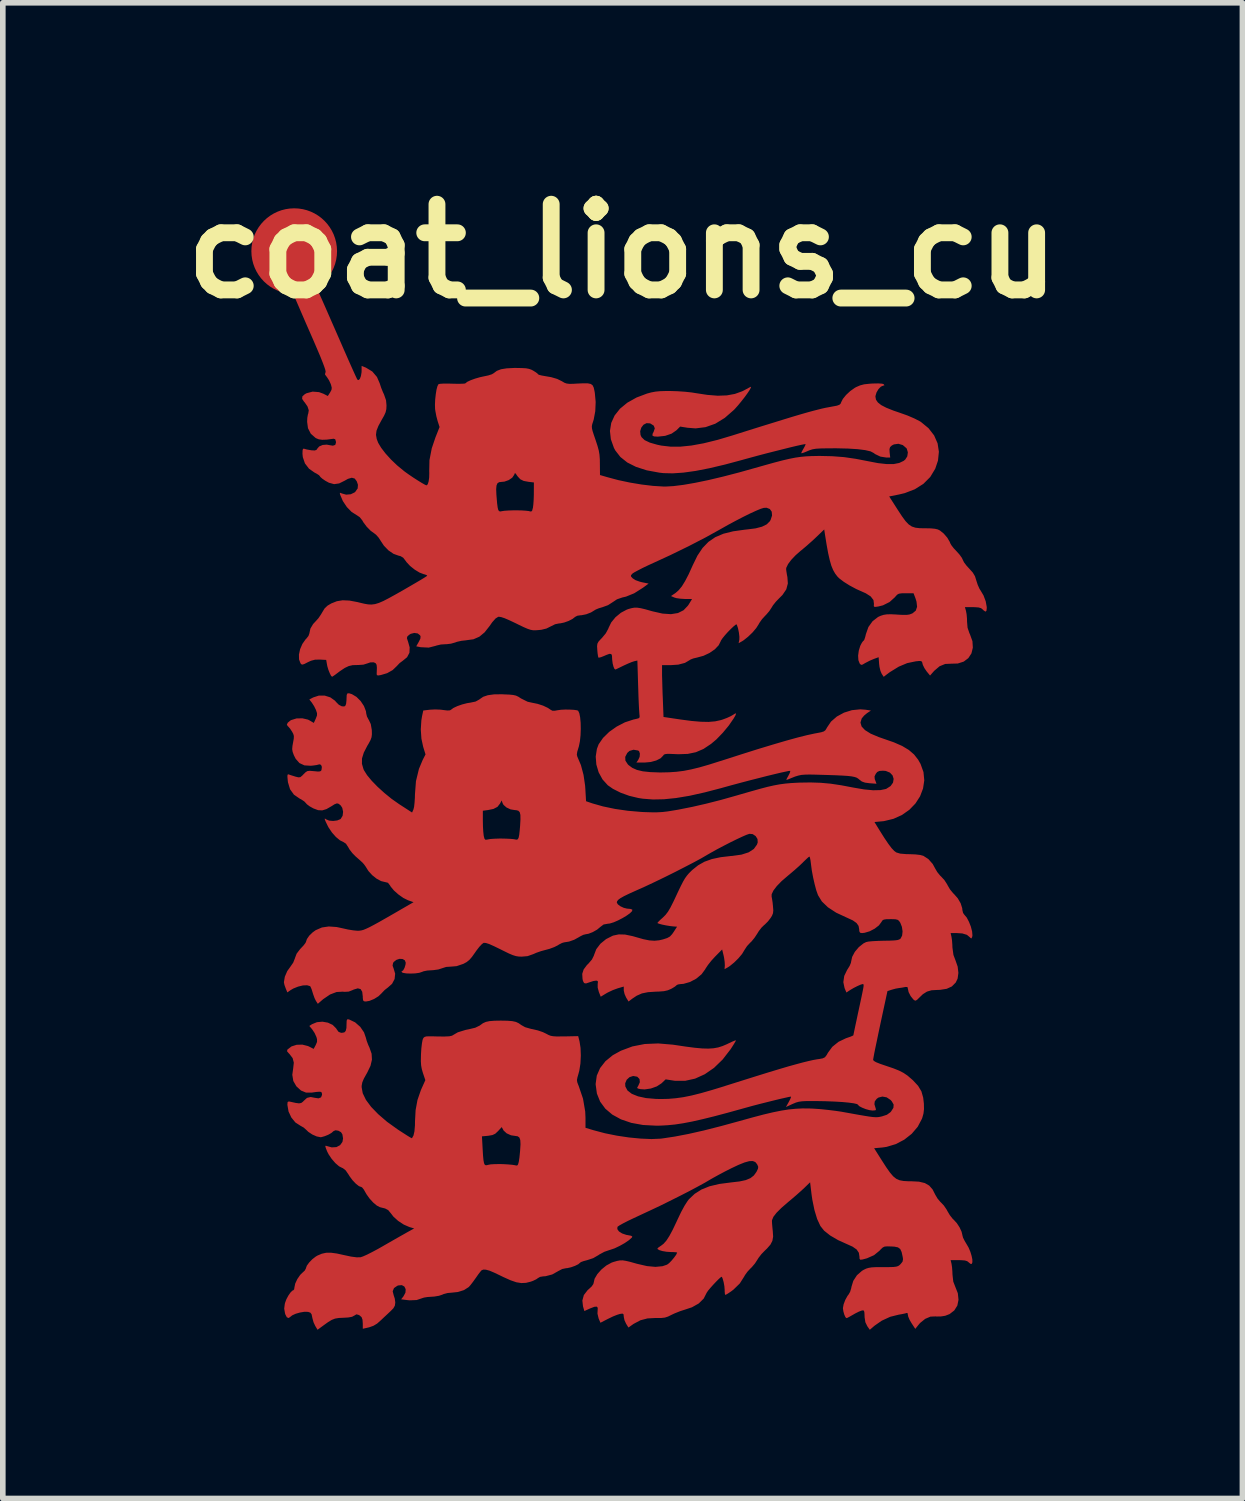
<source format=kicad_pcb>
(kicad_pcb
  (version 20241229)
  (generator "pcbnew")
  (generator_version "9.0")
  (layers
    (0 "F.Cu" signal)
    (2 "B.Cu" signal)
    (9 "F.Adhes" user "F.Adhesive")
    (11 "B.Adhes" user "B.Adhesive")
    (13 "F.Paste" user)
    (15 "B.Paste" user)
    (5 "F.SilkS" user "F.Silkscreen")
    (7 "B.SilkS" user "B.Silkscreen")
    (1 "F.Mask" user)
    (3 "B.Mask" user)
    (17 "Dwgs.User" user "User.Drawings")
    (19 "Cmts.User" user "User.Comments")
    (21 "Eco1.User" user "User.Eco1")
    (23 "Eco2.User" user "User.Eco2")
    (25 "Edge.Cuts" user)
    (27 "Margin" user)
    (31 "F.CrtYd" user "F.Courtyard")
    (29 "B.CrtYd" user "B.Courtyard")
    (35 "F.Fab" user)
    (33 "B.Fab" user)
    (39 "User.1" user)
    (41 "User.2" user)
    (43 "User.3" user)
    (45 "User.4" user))
  (footprint "coat_lions_cu"
    (layer "F.Cu")
    (at 8.026 12.848)
    (property "Reference" "coat_lions_cu" (at 0 -11.43 0) (layer "F.SilkS") (effects (font (size 1.524 1.524) (thickness 0.3))))
    (attr board_only exclude_from_pos_files exclude_from_bom)
    (fp_poly (pts (xy -5.491 -10.882) (xy -5.479 -10.86) (xy -5.453 -10.804) (xy -5.415 -10.717) (xy -5.365 -10.605) (xy -5.305 -10.47) (xy -5.238 -10.317) (xy -5.165 -10.15) (xy -5.107 -10.018) (xy -5.03 -9.842) (xy -4.958 -9.677) (xy -4.892 -9.527) (xy -4.834 -9.396) (xy -4.786 -9.289) (xy -4.749 -9.208) (xy -4.726 -9.159) (xy -4.718 -9.144) (xy -4.695 -9.136) (xy -4.673 -9.16) (xy -4.655 -9.209) (xy -4.644 -9.275) (xy -4.643 -9.301) (xy -4.643 -9.389) (xy -4.565 -9.357) (xy -4.453 -9.289) (xy -4.37 -9.192) (xy -4.321 -9.079) (xy -4.294 -8.997) (xy -4.261 -8.916) (xy -4.245 -8.883) (xy -4.208 -8.776) (xy -4.2 -8.686) (xy -4.203 -8.62) (xy -4.216 -8.563) (xy -4.244 -8.501) (xy -4.286 -8.428) (xy -4.344 -8.321) (xy -4.378 -8.236) (xy -4.387 -8.162) (xy -4.374 -8.088) (xy -4.348 -8.02) (xy -4.296 -7.933) (xy -4.218 -7.831) (xy -4.12 -7.723) (xy -4.01 -7.618) (xy -3.896 -7.524) (xy -3.88 -7.511) (xy -3.806 -7.458) (xy -3.725 -7.403) (xy -3.644 -7.351) (xy -3.573 -7.307) (xy -3.518 -7.276) (xy -3.489 -7.263) (xy -3.488 -7.263) (xy -3.467 -7.282) (xy -3.451 -7.332) (xy -3.441 -7.402) (xy -3.439 -7.483) (xy -3.44 -7.517) (xy -3.436 -7.711) (xy -3.395 -7.922) (xy -3.329 -8.117) (xy -3.256 -8.301) (xy -3.29 -8.406) (xy -3.313 -8.492) (xy -3.331 -8.588) (xy -3.336 -8.625) (xy -3.338 -8.7) (xy -3.334 -8.789) (xy -3.324 -8.881) (xy -3.311 -8.964) (xy -3.294 -9.028) (xy -3.276 -9.062) (xy -3.275 -9.064) (xy -3.245 -9.07) (xy -3.183 -9.074) (xy -3.1 -9.074) (xy -3.028 -9.072) (xy -2.936 -9.07) (xy -2.861 -9.071) (xy -2.812 -9.074) (xy -2.796 -9.079) (xy -2.764 -9.105) (xy -2.702 -9.134) (xy -2.622 -9.163) (xy -2.535 -9.188) (xy -2.465 -9.203) (xy -2.389 -9.219) (xy -2.327 -9.239) (xy -2.294 -9.258) (xy -2.238 -9.3) (xy -2.163 -9.329) (xy -2.063 -9.345) (xy -1.931 -9.352) (xy -1.895 -9.352) (xy -1.791 -9.35) (xy -1.718 -9.346) (xy -1.665 -9.336) (xy -1.62 -9.32) (xy -1.59 -9.304) (xy -1.541 -9.273) (xy -1.51 -9.249) (xy -1.506 -9.241) (xy -1.488 -9.23) (xy -1.441 -9.218) (xy -1.408 -9.212) (xy -1.27 -9.188) (xy -1.164 -9.157) (xy -1.08 -9.116) (xy -1.072 -9.111) (xy -1.033 -9.088) (xy -0.995 -9.075) (xy -0.946 -9.069) (xy -0.875 -9.07) (xy -0.811 -9.074) (xy -0.697 -9.079) (xy -0.618 -9.078) (xy -0.565 -9.067) (xy -0.533 -9.043) (xy -0.513 -9.001) (xy -0.499 -8.937) (xy -0.494 -8.909) (xy -0.479 -8.747) (xy -0.486 -8.583) (xy -0.514 -8.434) (xy -0.526 -8.395) (xy -0.54 -8.352) (xy -0.547 -8.317) (xy -0.545 -8.279) (xy -0.534 -8.23) (xy -0.511 -8.159) (xy -0.482 -8.075) (xy -0.447 -7.968) (xy -0.424 -7.884) (xy -0.411 -7.809) (xy -0.405 -7.726) (xy -0.404 -7.649) (xy -0.402 -7.447) (xy -0.268 -7.408) (xy -0.077 -7.357) (xy 0.13 -7.313) (xy 0.34 -7.278) (xy 0.541 -7.254) (xy 0.719 -7.243) (xy 0.762 -7.242) (xy 0.903 -7.25) (xy 1.08 -7.272) (xy 1.288 -7.308) (xy 1.525 -7.357) (xy 1.787 -7.419) (xy 2.072 -7.493) (xy 2.332 -7.566) (xy 2.534 -7.623) (xy 2.703 -7.67) (xy 2.844 -7.707) (xy 2.964 -7.735) (xy 3.07 -7.756) (xy 3.166 -7.77) (xy 3.259 -7.779) (xy 3.355 -7.784) (xy 3.46 -7.786) (xy 3.497 -7.787) (xy 3.726 -7.782) (xy 3.938 -7.766) (xy 4.151 -7.735) (xy 4.357 -7.695) (xy 4.544 -7.659) (xy 4.698 -7.642) (xy 4.822 -7.642) (xy 4.922 -7.662) (xy 5 -7.699) (xy 5.029 -7.723) (xy 5.065 -7.78) (xy 5.075 -7.851) (xy 5.056 -7.915) (xy 5.049 -7.925) (xy 4.985 -7.98) (xy 4.907 -8.003) (xy 4.827 -7.992) (xy 4.789 -7.972) (xy 4.759 -7.944) (xy 4.748 -7.908) (xy 4.751 -7.848) (xy 4.761 -7.758) (xy 4.693 -7.758) (xy 4.586 -7.775) (xy 4.492 -7.82) (xy 4.467 -7.839) (xy 4.412 -7.868) (xy 4.317 -7.89) (xy 4.183 -7.907) (xy 4.009 -7.918) (xy 3.797 -7.923) (xy 3.632 -7.922) (xy 3.521 -7.92) (xy 3.441 -7.915) (xy 3.379 -7.905) (xy 3.326 -7.888) (xy 3.286 -7.871) (xy 3.228 -7.847) (xy 3.189 -7.835) (xy 3.178 -7.837) (xy 3.188 -7.862) (xy 3.212 -7.907) (xy 3.22 -7.92) (xy 3.245 -7.966) (xy 3.256 -7.994) (xy 3.255 -7.997) (xy 3.233 -7.995) (xy 3.176 -7.984) (xy 3.091 -7.965) (xy 2.982 -7.939) (xy 2.855 -7.907) (xy 2.715 -7.872) (xy 2.569 -7.835) (xy 2.421 -7.796) (xy 2.277 -7.757) (xy 2.142 -7.72) (xy 2.136 -7.718) (xy 1.823 -7.634) (xy 1.544 -7.568) (xy 1.298 -7.52) (xy 1.082 -7.49) (xy 0.892 -7.477) (xy 0.728 -7.481) (xy 0.656 -7.489) (xy 0.429 -7.531) (xy 0.239 -7.592) (xy 0.084 -7.67) (xy -0.039 -7.768) (xy -0.13 -7.885) (xy -0.154 -7.93) (xy -0.209 -8.084) (xy -0.225 -8.232) (xy -0.202 -8.374) (xy -0.142 -8.506) (xy -0.046 -8.627) (xy 0.084 -8.734) (xy 0.248 -8.826) (xy 0.433 -8.896) (xy 0.511 -8.917) (xy 0.585 -8.931) (xy 0.668 -8.939) (xy 0.771 -8.942) (xy 0.846 -8.942) (xy 0.975 -8.938) (xy 1.109 -8.929) (xy 1.23 -8.916) (xy 1.29 -8.906) (xy 1.507 -8.873) (xy 1.693 -8.858) (xy 1.855 -8.864) (xy 1.997 -8.89) (xy 2.125 -8.936) (xy 2.184 -8.966) (xy 2.237 -8.995) (xy 2.274 -9.014) (xy 2.283 -9.017) (xy 2.283 -9.002) (xy 2.262 -8.963) (xy 2.224 -8.905) (xy 2.174 -8.836) (xy 2.116 -8.762) (xy 2.057 -8.69) (xy 2 -8.626) (xy 1.981 -8.606) (xy 1.817 -8.463) (xy 1.649 -8.36) (xy 1.476 -8.299) (xy 1.299 -8.277) (xy 1.156 -8.288) (xy 1.024 -8.309) (xy 0.958 -8.243) (xy 0.871 -8.183) (xy 0.757 -8.144) (xy 0.627 -8.13) (xy 0.624 -8.13) (xy 0.559 -8.134) (xy 0.531 -8.149) (xy 0.534 -8.181) (xy 0.552 -8.216) (xy 0.573 -8.277) (xy 0.554 -8.326) (xy 0.497 -8.362) (xy 0.488 -8.366) (xy 0.426 -8.37) (xy 0.372 -8.342) (xy 0.333 -8.291) (xy 0.313 -8.227) (xy 0.319 -8.16) (xy 0.337 -8.121) (xy 0.392 -8.068) (xy 0.484 -8.024) (xy 0.613 -7.987) (xy 0.688 -7.971) (xy 0.851 -7.952) (xy 1.029 -7.952) (xy 1.225 -7.972) (xy 1.444 -8.012) (xy 1.691 -8.073) (xy 1.95 -8.15) (xy 2.232 -8.239) (xy 2.478 -8.316) (xy 2.692 -8.382) (xy 2.876 -8.439) (xy 3.033 -8.487) (xy 3.168 -8.527) (xy 3.283 -8.56) (xy 3.381 -8.587) (xy 3.467 -8.609) (xy 3.542 -8.628) (xy 3.61 -8.643) (xy 3.675 -8.655) (xy 3.738 -8.667) (xy 3.813 -8.681) (xy 3.857 -8.697) (xy 3.879 -8.717) (xy 3.888 -8.741) (xy 3.919 -8.802) (xy 3.976 -8.872) (xy 4.05 -8.941) (xy 4.132 -8.999) (xy 4.156 -9.012) (xy 4.225 -9.042) (xy 4.298 -9.061) (xy 4.39 -9.071) (xy 4.443 -9.075) (xy 4.55 -9.077) (xy 4.619 -9.072) (xy 4.648 -9.061) (xy 4.658 -9.042) (xy 4.638 -9.038) (xy 4.596 -9.02) (xy 4.552 -8.975) (xy 4.517 -8.915) (xy 4.499 -8.854) (xy 4.498 -8.841) (xy 4.508 -8.787) (xy 4.542 -8.738) (xy 4.601 -8.691) (xy 4.692 -8.644) (xy 4.817 -8.594) (xy 4.919 -8.559) (xy 5.066 -8.507) (xy 5.192 -8.453) (xy 5.289 -8.403) (xy 5.308 -8.391) (xy 5.443 -8.28) (xy 5.542 -8.152) (xy 5.604 -8.011) (xy 5.627 -7.861) (xy 5.611 -7.704) (xy 5.562 -7.559) (xy 5.473 -7.412) (xy 5.351 -7.29) (xy 5.199 -7.194) (xy 5.019 -7.125) (xy 4.918 -7.101) (xy 4.743 -7.066) (xy 4.894 -6.83) (xy 4.97 -6.714) (xy 5.033 -6.628) (xy 5.089 -6.569) (xy 5.146 -6.531) (xy 5.21 -6.51) (xy 5.289 -6.501) (xy 5.383 -6.5) (xy 5.485 -6.498) (xy 5.557 -6.491) (xy 5.608 -6.479) (xy 5.646 -6.46) (xy 5.713 -6.406) (xy 5.776 -6.333) (xy 5.82 -6.258) (xy 5.828 -6.236) (xy 5.85 -6.197) (xy 5.892 -6.143) (xy 5.941 -6.091) (xy 5.994 -6.032) (xy 6.035 -5.975) (xy 6.053 -5.937) (xy 6.074 -5.894) (xy 6.117 -5.837) (xy 6.167 -5.782) (xy 6.23 -5.712) (xy 6.269 -5.647) (xy 6.293 -5.57) (xy 6.318 -5.493) (xy 6.35 -5.422) (xy 6.368 -5.394) (xy 6.421 -5.305) (xy 6.46 -5.201) (xy 6.478 -5.102) (xy 6.479 -5.084) (xy 6.473 -5.031) (xy 6.455 -5.017) (xy 6.42 -5.041) (xy 6.407 -5.055) (xy 6.378 -5.078) (xy 6.335 -5.091) (xy 6.268 -5.096) (xy 6.23 -5.097) (xy 6.09 -5.097) (xy 6.109 -5.03) (xy 6.12 -4.971) (xy 6.127 -4.892) (xy 6.128 -4.839) (xy 6.137 -4.731) (xy 6.169 -4.636) (xy 6.18 -4.613) (xy 6.224 -4.491) (xy 6.231 -4.376) (xy 6.206 -4.274) (xy 6.151 -4.19) (xy 6.069 -4.128) (xy 5.963 -4.094) (xy 5.852 -4.091) (xy 5.739 -4.086) (xy 5.639 -4.045) (xy 5.545 -3.965) (xy 5.534 -3.953) (xy 5.47 -3.88) (xy 5.409 -3.954) (xy 5.369 -4.013) (xy 5.341 -4.071) (xy 5.337 -4.087) (xy 5.328 -4.121) (xy 5.311 -4.137) (xy 5.276 -4.139) (xy 5.216 -4.133) (xy 5.063 -4.101) (xy 4.913 -4.038) (xy 4.757 -3.942) (xy 4.7 -3.9) (xy 4.645 -3.857) (xy 4.609 -3.912) (xy 4.587 -3.963) (xy 4.57 -4.036) (xy 4.564 -4.086) (xy 4.555 -4.206) (xy 4.472 -4.176) (xy 4.398 -4.145) (xy 4.325 -4.107) (xy 4.317 -4.103) (xy 4.27 -4.075) (xy 4.244 -4.07) (xy 4.225 -4.085) (xy 4.217 -4.096) (xy 4.195 -4.153) (xy 4.19 -4.234) (xy 4.202 -4.323) (xy 4.228 -4.408) (xy 4.229 -4.41) (xy 4.256 -4.462) (xy 4.279 -4.494) (xy 4.287 -4.498) (xy 4.3 -4.517) (xy 4.316 -4.565) (xy 4.329 -4.618) (xy 4.373 -4.743) (xy 4.447 -4.846) (xy 4.545 -4.922) (xy 4.591 -4.943) (xy 4.645 -4.96) (xy 4.704 -4.969) (xy 4.779 -4.97) (xy 4.883 -4.965) (xy 4.885 -4.964) (xy 4.984 -4.959) (xy 5.053 -4.959) (xy 5.103 -4.966) (xy 5.144 -4.981) (xy 5.158 -4.987) (xy 5.216 -5.035) (xy 5.239 -5.103) (xy 5.229 -5.194) (xy 5.21 -5.255) (xy 5.176 -5.344) (xy 5.038 -5.344) (xy 4.963 -5.343) (xy 4.916 -5.336) (xy 4.884 -5.318) (xy 4.853 -5.284) (xy 4.843 -5.272) (xy 4.75 -5.188) (xy 4.632 -5.129) (xy 4.548 -5.108) (xy 4.495 -5.101) (xy 4.472 -5.106) (xy 4.469 -5.131) (xy 4.472 -5.152) (xy 4.463 -5.223) (xy 4.413 -5.288) (xy 4.325 -5.344) (xy 4.277 -5.365) (xy 4.157 -5.419) (xy 4.039 -5.482) (xy 3.934 -5.548) (xy 3.853 -5.61) (xy 3.822 -5.641) (xy 3.781 -5.695) (xy 3.745 -5.758) (xy 3.713 -5.836) (xy 3.685 -5.934) (xy 3.657 -6.057) (xy 3.629 -6.211) (xy 3.6 -6.392) (xy 3.587 -6.479) (xy 3.449 -6.346) (xy 3.365 -6.268) (xy 3.269 -6.183) (xy 3.181 -6.109) (xy 3.169 -6.1) (xy 3.078 -6.02) (xy 3.001 -5.939) (xy 2.944 -5.863) (xy 2.913 -5.799) (xy 2.909 -5.775) (xy 2.914 -5.734) (xy 2.924 -5.671) (xy 2.932 -5.632) (xy 2.94 -5.518) (xy 2.912 -5.413) (xy 2.844 -5.313) (xy 2.788 -5.257) (xy 2.728 -5.195) (xy 2.676 -5.13) (xy 2.651 -5.089) (xy 2.609 -5.025) (xy 2.553 -4.96) (xy 2.535 -4.942) (xy 2.48 -4.882) (xy 2.433 -4.815) (xy 2.422 -4.794) (xy 2.378 -4.725) (xy 2.311 -4.646) (xy 2.232 -4.57) (xy 2.154 -4.508) (xy 2.129 -4.492) (xy 2.064 -4.455) (xy 2.077 -4.518) (xy 2.078 -4.571) (xy 2.069 -4.646) (xy 2.053 -4.722) (xy 2.033 -4.782) (xy 2.029 -4.79) (xy 2.012 -4.785) (xy 1.976 -4.756) (xy 1.927 -4.71) (xy 1.873 -4.655) (xy 1.821 -4.597) (xy 1.778 -4.544) (xy 1.751 -4.504) (xy 1.746 -4.491) (xy 1.709 -4.418) (xy 1.64 -4.346) (xy 1.547 -4.282) (xy 1.439 -4.231) (xy 1.325 -4.2) (xy 1.321 -4.199) (xy 1.257 -4.184) (xy 1.207 -4.164) (xy 1.196 -4.156) (xy 1.109 -4.105) (xy 0.99 -4.074) (xy 0.857 -4.065) (xy 0.702 -4.065) (xy 0.702 -3.944) (xy 0.702 -3.882) (xy 0.705 -3.788) (xy 0.708 -3.674) (xy 0.712 -3.55) (xy 0.715 -3.483) (xy 0.728 -3.143) (xy 1.03 -3.098) (xy 1.227 -3.072) (xy 1.392 -3.058) (xy 1.529 -3.055) (xy 1.646 -3.065) (xy 1.747 -3.087) (xy 1.779 -3.097) (xy 1.857 -3.126) (xy 1.926 -3.158) (xy 1.965 -3.181) (xy 2.005 -3.206) (xy 2.019 -3.204) (xy 2.009 -3.174) (xy 1.977 -3.118) (xy 1.89 -2.991) (xy 1.783 -2.862) (xy 1.669 -2.744) (xy 1.574 -2.664) (xy 1.439 -2.574) (xy 1.304 -2.516) (xy 1.16 -2.486) (xy 0.994 -2.48) (xy 0.946 -2.482) (xy 0.852 -2.486) (xy 0.79 -2.486) (xy 0.753 -2.481) (xy 0.732 -2.47) (xy 0.722 -2.455) (xy 0.676 -2.408) (xy 0.599 -2.369) (xy 0.501 -2.342) (xy 0.392 -2.332) (xy 0.384 -2.332) (xy 0.245 -2.332) (xy 0.277 -2.377) (xy 0.303 -2.433) (xy 0.308 -2.49) (xy 0.294 -2.533) (xy 0.277 -2.546) (xy 0.195 -2.56) (xy 0.123 -2.539) (xy 0.084 -2.504) (xy 0.047 -2.433) (xy 0.05 -2.366) (xy 0.094 -2.299) (xy 0.105 -2.288) (xy 0.172 -2.238) (xy 0.255 -2.201) (xy 0.36 -2.176) (xy 0.492 -2.162) (xy 0.658 -2.156) (xy 0.691 -2.156) (xy 0.83 -2.159) (xy 0.958 -2.168) (xy 1.086 -2.184) (xy 1.219 -2.21) (xy 1.367 -2.246) (xy 1.537 -2.295) (xy 1.736 -2.358) (xy 1.754 -2.363) (xy 2.099 -2.474) (xy 2.406 -2.571) (xy 2.677 -2.653) (xy 2.912 -2.722) (xy 3.112 -2.777) (xy 3.279 -2.819) (xy 3.413 -2.848) (xy 3.456 -2.856) (xy 3.533 -2.871) (xy 3.58 -2.886) (xy 3.608 -2.907) (xy 3.629 -2.941) (xy 3.635 -2.953) (xy 3.708 -3.061) (xy 3.812 -3.151) (xy 3.939 -3.22) (xy 4.08 -3.264) (xy 4.229 -3.279) (xy 4.322 -3.272) (xy 4.418 -3.257) (xy 4.35 -3.212) (xy 4.297 -3.168) (xy 4.256 -3.119) (xy 4.253 -3.114) (xy 4.232 -3.043) (xy 4.252 -2.974) (xy 4.313 -2.909) (xy 4.414 -2.846) (xy 4.556 -2.786) (xy 4.642 -2.756) (xy 4.826 -2.692) (xy 4.974 -2.627) (xy 5.092 -2.556) (xy 5.185 -2.476) (xy 5.258 -2.383) (xy 5.301 -2.307) (xy 5.353 -2.162) (xy 5.367 -2.015) (xy 5.345 -1.87) (xy 5.292 -1.731) (xy 5.21 -1.604) (xy 5.102 -1.492) (xy 4.97 -1.399) (xy 4.819 -1.331) (xy 4.65 -1.29) (xy 4.608 -1.286) (xy 4.481 -1.274) (xy 4.565 -1.137) (xy 4.654 -0.995) (xy 4.727 -0.887) (xy 4.786 -0.809) (xy 4.834 -0.758) (xy 4.869 -0.733) (xy 4.938 -0.712) (xy 5.046 -0.703) (xy 5.106 -0.702) (xy 5.208 -0.698) (xy 5.294 -0.688) (xy 5.35 -0.673) (xy 5.44 -0.615) (xy 5.517 -0.528) (xy 5.561 -0.447) (xy 5.598 -0.384) (xy 5.65 -0.32) (xy 5.668 -0.303) (xy 5.725 -0.241) (xy 5.773 -0.167) (xy 5.783 -0.147) (xy 5.825 -0.075) (xy 5.881 -0.007) (xy 5.896 0.007) (xy 5.962 0.082) (xy 6.014 0.171) (xy 6.042 0.259) (xy 6.045 0.292) (xy 6.057 0.343) (xy 6.078 0.373) (xy 6.122 0.425) (xy 6.162 0.501) (xy 6.196 0.587) (xy 6.218 0.673) (xy 6.224 0.744) (xy 6.218 0.774) (xy 6.204 0.798) (xy 6.185 0.785) (xy 6.182 0.78) (xy 6.126 0.733) (xy 6.043 0.708) (xy 5.953 0.702) (xy 5.836 0.702) (xy 5.851 0.769) (xy 5.86 0.827) (xy 5.866 0.906) (xy 5.868 0.959) (xy 5.886 1.091) (xy 5.922 1.186) (xy 5.961 1.298) (xy 5.974 1.41) (xy 5.96 1.512) (xy 5.927 1.581) (xy 5.858 1.651) (xy 5.766 1.693) (xy 5.646 1.712) (xy 5.603 1.713) (xy 5.496 1.719) (xy 5.415 1.743) (xy 5.342 1.789) (xy 5.284 1.845) (xy 5.24 1.888) (xy 5.214 1.904) (xy 5.192 1.898) (xy 5.173 1.883) (xy 5.124 1.822) (xy 5.088 1.751) (xy 5.076 1.693) (xy 5.068 1.662) (xy 5.036 1.66) (xy 5.029 1.661) (xy 4.973 1.672) (xy 4.921 1.679) (xy 4.858 1.69) (xy 4.788 1.709) (xy 4.785 1.71) (xy 4.712 1.734) (xy 4.584 2.328) (xy 4.552 2.48) (xy 4.523 2.62) (xy 4.497 2.743) (xy 4.477 2.842) (xy 4.464 2.914) (xy 4.457 2.952) (xy 4.457 2.956) (xy 4.469 2.975) (xy 4.51 2.999) (xy 4.582 3.028) (xy 4.688 3.064) (xy 4.818 3.108) (xy 4.918 3.148) (xy 4.998 3.189) (xy 5.07 3.238) (xy 5.143 3.301) (xy 5.166 3.321) (xy 5.257 3.419) (xy 5.316 3.517) (xy 5.348 3.63) (xy 5.36 3.735) (xy 5.362 3.834) (xy 5.353 3.912) (xy 5.331 3.99) (xy 5.324 4.008) (xy 5.25 4.148) (xy 5.143 4.273) (xy 5.011 4.377) (xy 4.86 4.456) (xy 4.697 4.505) (xy 4.623 4.516) (xy 4.475 4.529) (xy 4.612 4.746) (xy 4.692 4.87) (xy 4.757 4.962) (xy 4.814 5.029) (xy 4.869 5.073) (xy 4.928 5.099) (xy 4.998 5.112) (xy 5.085 5.117) (xy 5.138 5.117) (xy 5.273 5.124) (xy 5.377 5.149) (xy 5.455 5.194) (xy 5.516 5.264) (xy 5.562 5.355) (xy 5.602 5.423) (xy 5.655 5.486) (xy 5.664 5.494) (xy 5.715 5.548) (xy 5.763 5.618) (xy 5.779 5.648) (xy 5.821 5.719) (xy 5.871 5.783) (xy 5.892 5.803) (xy 5.946 5.862) (xy 5.995 5.937) (xy 6.031 6.015) (xy 6.046 6.079) (xy 6.046 6.081) (xy 6.057 6.121) (xy 6.086 6.179) (xy 6.116 6.229) (xy 6.156 6.298) (xy 6.187 6.372) (xy 6.209 6.444) (xy 6.222 6.507) (xy 6.223 6.557) (xy 6.213 6.586) (xy 6.19 6.587) (xy 6.16 6.562) (xy 6.131 6.539) (xy 6.09 6.526) (xy 6.025 6.521) (xy 5.979 6.52) (xy 5.836 6.52) (xy 5.852 6.587) (xy 5.861 6.646) (xy 5.867 6.725) (xy 5.869 6.778) (xy 5.883 6.902) (xy 5.915 6.985) (xy 5.964 7.109) (xy 5.976 7.225) (xy 5.955 7.329) (xy 5.901 7.415) (xy 5.817 7.48) (xy 5.739 7.51) (xy 5.663 7.522) (xy 5.586 7.523) (xy 5.571 7.521) (xy 5.477 7.525) (xy 5.383 7.565) (xy 5.294 7.637) (xy 5.268 7.667) (xy 5.207 7.743) (xy 5.142 7.644) (xy 5.105 7.581) (xy 5.081 7.523) (xy 5.076 7.496) (xy 5.069 7.462) (xy 5.055 7.46) (xy 5.024 7.469) (xy 4.966 7.481) (xy 4.913 7.49) (xy 4.761 7.528) (xy 4.611 7.597) (xy 4.483 7.686) (xy 4.398 7.759) (xy 4.353 7.695) (xy 4.319 7.625) (xy 4.305 7.533) (xy 4.305 7.518) (xy 4.302 7.454) (xy 4.295 7.422) (xy 4.279 7.413) (xy 4.251 7.418) (xy 4.204 7.436) (xy 4.14 7.468) (xy 4.1 7.491) (xy 4.042 7.524) (xy 3.999 7.547) (xy 3.983 7.552) (xy 3.964 7.534) (xy 3.944 7.489) (xy 3.928 7.433) (xy 3.92 7.379) (xy 3.92 7.373) (xy 3.932 7.306) (xy 3.962 7.227) (xy 4.002 7.155) (xy 4.022 7.129) (xy 4.048 7.083) (xy 4.068 7.017) (xy 4.071 6.997) (xy 4.104 6.889) (xy 4.169 6.789) (xy 4.259 6.71) (xy 4.29 6.692) (xy 4.333 6.671) (xy 4.376 6.658) (xy 4.43 6.649) (xy 4.502 6.645) (xy 4.604 6.644) (xy 4.636 6.644) (xy 4.744 6.644) (xy 4.818 6.642) (xy 4.867 6.636) (xy 4.9 6.626) (xy 4.924 6.611) (xy 4.945 6.591) (xy 4.98 6.548) (xy 4.989 6.503) (xy 4.983 6.462) (xy 4.964 6.376) (xy 4.939 6.322) (xy 4.899 6.293) (xy 4.836 6.28) (xy 4.782 6.277) (xy 4.708 6.275) (xy 4.661 6.279) (xy 4.627 6.296) (xy 4.591 6.33) (xy 4.57 6.353) (xy 4.473 6.432) (xy 4.346 6.488) (xy 4.267 6.509) (xy 4.228 6.513) (xy 4.215 6.494) (xy 4.214 6.459) (xy 4.203 6.389) (xy 4.164 6.331) (xy 4.091 6.28) (xy 4.009 6.243) (xy 3.834 6.164) (xy 3.692 6.081) (xy 3.585 5.996) (xy 3.519 5.913) (xy 3.461 5.788) (xy 3.413 5.629) (xy 3.375 5.443) (xy 3.361 5.346) (xy 3.336 5.135) (xy 3.231 5.237) (xy 3.169 5.294) (xy 3.088 5.366) (xy 2.999 5.442) (xy 2.946 5.486) (xy 2.825 5.591) (xy 2.738 5.678) (xy 2.683 5.749) (xy 2.659 5.807) (xy 2.657 5.823) (xy 2.659 5.868) (xy 2.665 5.938) (xy 2.672 6.006) (xy 2.678 6.101) (xy 2.665 6.176) (xy 2.63 6.244) (xy 2.568 6.315) (xy 2.53 6.351) (xy 2.47 6.413) (xy 2.419 6.479) (xy 2.395 6.517) (xy 2.355 6.579) (xy 2.299 6.645) (xy 2.276 6.667) (xy 2.222 6.725) (xy 2.177 6.787) (xy 2.164 6.811) (xy 2.085 6.935) (xy 1.972 7.045) (xy 1.928 7.078) (xy 1.876 7.113) (xy 1.838 7.135) (xy 1.828 7.139) (xy 1.82 7.121) (xy 1.816 7.074) (xy 1.816 7.049) (xy 1.811 6.985) (xy 1.798 6.913) (xy 1.78 6.849) (xy 1.765 6.815) (xy 1.748 6.823) (xy 1.712 6.855) (xy 1.664 6.903) (xy 1.612 6.958) (xy 1.561 7.015) (xy 1.521 7.063) (xy 1.498 7.097) (xy 1.495 7.102) (xy 1.443 7.204) (xy 1.355 7.291) (xy 1.234 7.359) (xy 1.117 7.398) (xy 1.024 7.428) (xy 0.924 7.468) (xy 0.873 7.492) (xy 0.808 7.524) (xy 0.753 7.542) (xy 0.692 7.549) (xy 0.609 7.55) (xy 0.589 7.549) (xy 0.443 7.557) (xy 0.317 7.59) (xy 0.196 7.654) (xy 0.165 7.676) (xy 0.104 7.719) (xy 0.062 7.651) (xy 0.034 7.59) (xy 0.021 7.529) (xy 0.021 7.524) (xy 0.017 7.484) (xy -0.002 7.471) (xy -0.046 7.477) (xy -0.098 7.493) (xy -0.171 7.522) (xy -0.249 7.56) (xy -0.254 7.562) (xy -0.394 7.634) (xy -0.426 7.559) (xy -0.447 7.471) (xy -0.444 7.414) (xy -0.442 7.368) (xy -0.459 7.347) (xy -0.501 7.35) (xy -0.572 7.377) (xy -0.593 7.386) (xy -0.68 7.426) (xy -0.704 7.344) (xy -0.716 7.239) (xy -0.689 7.141) (xy -0.622 7.054) (xy -0.598 7.033) (xy -0.55 6.988) (xy -0.521 6.946) (xy -0.516 6.929) (xy -0.498 6.851) (xy -0.449 6.768) (xy -0.377 6.687) (xy -0.29 6.616) (xy -0.195 6.564) (xy -0.157 6.551) (xy -0.097 6.534) (xy -0.048 6.525) (xy 0.001 6.524) (xy 0.059 6.533) (xy 0.136 6.551) (xy 0.242 6.581) (xy 0.256 6.585) (xy 0.434 6.626) (xy 0.584 6.64) (xy 0.71 6.628) (xy 0.79 6.601) (xy 0.826 6.575) (xy 0.871 6.529) (xy 0.917 6.474) (xy 0.953 6.424) (xy 0.97 6.388) (xy 0.97 6.385) (xy 0.951 6.38) (xy 0.903 6.377) (xy 0.859 6.376) (xy 0.782 6.371) (xy 0.71 6.359) (xy 0.653 6.342) (xy 0.622 6.323) (xy 0.619 6.316) (xy 0.635 6.297) (xy 0.674 6.27) (xy 0.681 6.266) (xy 0.73 6.228) (xy 0.78 6.171) (xy 0.833 6.089) (xy 0.892 5.979) (xy 0.96 5.836) (xy 0.98 5.793) (xy 1.041 5.665) (xy 1.101 5.554) (xy 1.155 5.47) (xy 1.18 5.437) (xy 1.283 5.34) (xy 1.403 5.264) (xy 1.547 5.206) (xy 1.72 5.165) (xy 1.927 5.138) (xy 1.935 5.137) (xy 2.081 5.12) (xy 2.192 5.096) (xy 2.275 5.061) (xy 2.335 5.014) (xy 2.38 4.952) (xy 2.383 4.947) (xy 2.408 4.895) (xy 2.413 4.86) (xy 2.398 4.824) (xy 2.392 4.813) (xy 2.361 4.775) (xy 2.316 4.757) (xy 2.254 4.759) (xy 2.17 4.782) (xy 2.061 4.826) (xy 1.936 4.885) (xy 1.829 4.939) (xy 1.723 4.995) (xy 1.63 5.046) (xy 1.561 5.085) (xy 1.558 5.087) (xy 1.461 5.144) (xy 1.333 5.214) (xy 1.183 5.294) (xy 1.015 5.38) (xy 0.839 5.468) (xy 0.661 5.556) (xy 0.487 5.638) (xy 0.326 5.713) (xy 0.322 5.715) (xy 0.204 5.77) (xy 0.097 5.821) (xy 0.009 5.866) (xy -0.055 5.902) (xy -0.088 5.925) (xy -0.091 5.928) (xy -0.094 5.968) (xy -0.065 6.009) (xy -0.009 6.045) (xy 0.067 6.071) (xy 0.092 6.075) (xy 0.149 6.086) (xy 0.172 6.098) (xy 0.167 6.116) (xy 0.164 6.119) (xy 0.113 6.165) (xy 0.037 6.217) (xy -0.052 6.267) (xy -0.142 6.31) (xy -0.218 6.336) (xy -0.226 6.338) (xy -0.323 6.371) (xy -0.413 6.419) (xy -0.428 6.43) (xy -0.523 6.485) (xy -0.629 6.52) (xy -0.693 6.537) (xy -0.74 6.554) (xy -0.755 6.565) (xy -0.788 6.593) (xy -0.847 6.622) (xy -0.917 6.647) (xy -0.982 6.662) (xy -1.007 6.664) (xy -1.074 6.678) (xy -1.141 6.713) (xy -1.141 6.713) (xy -1.252 6.775) (xy -1.37 6.806) (xy -1.414 6.809) (xy -1.468 6.818) (xy -1.505 6.839) (xy -1.505 6.839) (xy -1.538 6.862) (xy -1.595 6.889) (xy -1.634 6.903) (xy -1.718 6.924) (xy -1.801 6.928) (xy -1.89 6.914) (xy -1.994 6.878) (xy -2.121 6.821) (xy -2.164 6.8) (xy -2.281 6.744) (xy -2.368 6.707) (xy -2.432 6.69) (xy -2.477 6.688) (xy -2.509 6.701) (xy -2.53 6.725) (xy -2.567 6.773) (xy -2.611 6.836) (xy -2.614 6.84) (xy -2.662 6.907) (xy -2.706 6.964) (xy -2.737 6.999) (xy -2.737 6.999) (xy -2.822 7.053) (xy -2.93 7.087) (xy -3.034 7.098) (xy -3.113 7.105) (xy -3.185 7.124) (xy -3.204 7.133) (xy -3.266 7.154) (xy -3.349 7.168) (xy -3.395 7.171) (xy -3.47 7.176) (xy -3.532 7.186) (xy -3.56 7.195) (xy -3.664 7.23) (xy -3.788 7.235) (xy -3.83 7.231) (xy -3.94 7.217) (xy -3.899 7.165) (xy -3.863 7.098) (xy -3.859 7.037) (xy -3.882 6.99) (xy -3.927 6.965) (xy -3.99 6.97) (xy -4.007 6.976) (xy -4.067 7.017) (xy -4.09 7.074) (xy -4.073 7.142) (xy -4.073 7.143) (xy -4.053 7.204) (xy -4.044 7.272) (xy -4.044 7.274) (xy -4.051 7.329) (xy -4.078 7.377) (xy -4.122 7.422) (xy -4.181 7.478) (xy -4.252 7.544) (xy -4.294 7.584) (xy -4.366 7.648) (xy -4.432 7.688) (xy -4.508 7.715) (xy -4.555 7.726) (xy -4.622 7.741) (xy -4.622 7.652) (xy -4.627 7.58) (xy -4.643 7.535) (xy -4.678 7.504) (xy -4.694 7.495) (xy -4.735 7.484) (xy -4.773 7.507) (xy -4.774 7.507) (xy -4.813 7.528) (xy -4.879 7.54) (xy -4.962 7.545) (xy -5.048 7.549) (xy -5.115 7.56) (xy -5.174 7.583) (xy -5.24 7.623) (xy -5.318 7.679) (xy -5.427 7.759) (xy -5.467 7.692) (xy -5.498 7.626) (xy -5.519 7.55) (xy -5.521 7.539) (xy -5.533 7.483) (xy -5.554 7.455) (xy -5.594 7.441) (xy -5.6 7.44) (xy -5.662 7.439) (xy -5.739 7.452) (xy -5.816 7.474) (xy -5.877 7.502) (xy -5.901 7.521) (xy -5.94 7.55) (xy -5.973 7.537) (xy -6 7.485) (xy -6.006 7.464) (xy -6.02 7.383) (xy -6.01 7.303) (xy -6.006 7.284) (xy -5.982 7.218) (xy -5.947 7.152) (xy -5.909 7.097) (xy -5.874 7.062) (xy -5.859 7.057) (xy -5.843 7.039) (xy -5.839 7.01) (xy -5.824 6.937) (xy -5.786 6.856) (xy -5.735 6.782) (xy -5.697 6.745) (xy -5.655 6.706) (xy -5.634 6.668) (xy -5.633 6.662) (xy -5.617 6.618) (xy -5.576 6.562) (xy -5.52 6.504) (xy -5.458 6.456) (xy -5.429 6.439) (xy -5.351 6.406) (xy -5.275 6.389) (xy -5.189 6.388) (xy -5.084 6.402) (xy -4.966 6.428) (xy -4.831 6.457) (xy -4.732 6.47) (xy -4.663 6.469) (xy -4.663 6.469) (xy -4.618 6.454) (xy -4.546 6.422) (xy -4.455 6.376) (xy -4.352 6.321) (xy -4.278 6.279) (xy -4.165 6.214) (xy -4.053 6.15) (xy -3.953 6.093) (xy -3.873 6.048) (xy -3.84 6.029) (xy -3.708 5.956) (xy -3.791 5.932) (xy -3.892 5.888) (xy -3.993 5.822) (xy -4.078 5.745) (xy -4.117 5.694) (xy -4.17 5.63) (xy -4.225 5.601) (xy -4.282 5.587) (xy -4.32 5.577) (xy -4.373 5.549) (xy -4.437 5.495) (xy -4.501 5.425) (xy -4.554 5.351) (xy -4.572 5.32) (xy -4.604 5.264) (xy -4.633 5.228) (xy -4.646 5.22) (xy -4.69 5.204) (xy -4.745 5.161) (xy -4.804 5.099) (xy -4.856 5.029) (xy -4.871 5.004) (xy -4.926 4.924) (xy -4.976 4.884) (xy -4.985 4.881) (xy -5.044 4.851) (xy -5.11 4.794) (xy -5.176 4.718) (xy -5.231 4.636) (xy -5.257 4.584) (xy -5.281 4.523) (xy -5.289 4.492) (xy -5.281 4.484) (xy -5.266 4.489) (xy -5.174 4.514) (xy -5.091 4.509) (xy -5.026 4.475) (xy -4.984 4.417) (xy -4.973 4.355) (xy -4.985 4.282) (xy -5.01 4.243) (xy -5.058 4.217) (xy -5.108 4.21) (xy -5.145 4.226) (xy -5.148 4.23) (xy -5.181 4.258) (xy -5.237 4.29) (xy -5.302 4.316) (xy -5.359 4.332) (xy -5.375 4.333) (xy -5.443 4.319) (xy -5.52 4.285) (xy -5.591 4.238) (xy -5.626 4.204) (xy -5.673 4.162) (xy -5.731 4.129) (xy -5.821 4.071) (xy -5.893 3.983) (xy -5.943 3.876) (xy -5.963 3.759) (xy -5.963 3.748) (xy -5.959 3.707) (xy -5.938 3.697) (xy -5.906 3.703) (xy -5.817 3.723) (xy -5.757 3.731) (xy -5.717 3.724) (xy -5.687 3.702) (xy -5.673 3.687) (xy -5.615 3.634) (xy -5.549 3.618) (xy -5.477 3.632) (xy -5.409 3.642) (xy -5.364 3.624) (xy -5.347 3.579) (xy -5.348 3.561) (xy -5.353 3.539) (xy -5.366 3.527) (xy -5.395 3.524) (xy -5.449 3.528) (xy -5.532 3.54) (xy -5.633 3.539) (xy -5.721 3.503) (xy -5.803 3.428) (xy -5.805 3.425) (xy -5.858 3.333) (xy -5.876 3.223) (xy -5.86 3.107) (xy -5.849 3.007) (xy -5.87 2.926) (xy -5.927 2.852) (xy -5.94 2.839) (xy -5.969 2.805) (xy -5.965 2.778) (xy -5.959 2.771) (xy -5.89 2.718) (xy -5.799 2.689) (xy -5.698 2.686) (xy -5.598 2.711) (xy -5.574 2.722) (xy -5.496 2.762) (xy -5.459 2.693) (xy -5.436 2.638) (xy -5.436 2.59) (xy -5.447 2.55) (xy -5.479 2.48) (xy -5.521 2.416) (xy -5.522 2.415) (xy -5.573 2.354) (xy -5.526 2.323) (xy -5.438 2.287) (xy -5.34 2.278) (xy -5.243 2.295) (xy -5.158 2.335) (xy -5.096 2.397) (xy -5.087 2.412) (xy -5.053 2.459) (xy -5.008 2.476) (xy -4.995 2.476) (xy -4.951 2.469) (xy -4.926 2.443) (xy -4.913 2.39) (xy -4.911 2.318) (xy -4.909 2.262) (xy -4.9 2.237) (xy -4.879 2.236) (xy -4.864 2.239) (xy -4.758 2.29) (xy -4.667 2.37) (xy -4.6 2.468) (xy -4.568 2.561) (xy -4.552 2.62) (xy -4.524 2.694) (xy -4.503 2.739) (xy -4.465 2.848) (xy -4.459 2.954) (xy -4.485 3.064) (xy -4.545 3.188) (xy -4.556 3.207) (xy -4.604 3.293) (xy -4.631 3.359) (xy -4.642 3.419) (xy -4.642 3.445) (xy -4.623 3.551) (xy -4.566 3.669) (xy -4.473 3.794) (xy -4.347 3.924) (xy -4.19 4.059) (xy -4.002 4.194) (xy -3.992 4.201) (xy -3.905 4.257) (xy -3.832 4.304) (xy -3.778 4.337) (xy -3.75 4.351) (xy -3.747 4.351) (xy -3.729 4.318) (xy -2.502 4.318) (xy -2.49 4.537) (xy -2.483 4.657) (xy -2.475 4.741) (xy -2.465 4.795) (xy -2.451 4.824) (xy -2.431 4.833) (xy -2.403 4.828) (xy -2.392 4.825) (xy -2.345 4.816) (xy -2.27 4.812) (xy -2.179 4.811) (xy -2.131 4.812) (xy -2.04 4.817) (xy -1.964 4.824) (xy -1.911 4.832) (xy -1.896 4.836) (xy -1.876 4.837) (xy -1.86 4.818) (xy -1.847 4.772) (xy -1.835 4.695) (xy -1.824 4.582) (xy -1.823 4.568) (xy -1.816 4.458) (xy -1.82 4.384) (xy -1.836 4.339) (xy -1.866 4.317) (xy -1.899 4.312) (xy -1.986 4.299) (xy -2.063 4.264) (xy -2.117 4.214) (xy -2.122 4.205) (xy -2.15 4.153) (xy -2.216 4.225) (xy -2.265 4.271) (xy -2.316 4.295) (xy -2.387 4.307) (xy -2.392 4.308) (xy -2.502 4.318) (xy -3.729 4.318) (xy -3.72 4.303) (xy -3.703 4.229) (xy -3.694 4.123) (xy -3.693 4.051) (xy -3.682 3.85) (xy -3.649 3.671) (xy -3.589 3.497) (xy -3.57 3.454) (xy -3.509 3.318) (xy -3.552 3.191) (xy -3.572 3.122) (xy -3.584 3.057) (xy -3.589 2.981) (xy -3.587 2.88) (xy -3.586 2.847) (xy -3.58 2.752) (xy -3.57 2.667) (xy -3.559 2.606) (xy -3.551 2.582) (xy -3.538 2.561) (xy -3.52 2.548) (xy -3.49 2.54) (xy -3.44 2.538) (xy -3.362 2.539) (xy -3.292 2.541) (xy -3.17 2.542) (xy -3.084 2.538) (xy -3.037 2.528) (xy -3.031 2.525) (xy -2.931 2.467) (xy -2.792 2.424) (xy -2.732 2.412) (xy -2.62 2.385) (xy -2.542 2.347) (xy -2.531 2.339) (xy -2.484 2.305) (xy -2.433 2.282) (xy -2.368 2.268) (xy -2.281 2.261) (xy -2.167 2.259) (xy -2.049 2.261) (xy -1.962 2.268) (xy -1.898 2.282) (xy -1.847 2.306) (xy -1.802 2.338) (xy -1.734 2.376) (xy -1.633 2.405) (xy -1.598 2.412) (xy -1.508 2.433) (xy -1.42 2.463) (xy -1.361 2.491) (xy -1.318 2.514) (xy -1.279 2.529) (xy -1.234 2.537) (xy -1.171 2.541) (xy -1.082 2.54) (xy -1.029 2.54) (xy -0.79 2.535) (xy -0.766 2.628) (xy -0.748 2.744) (xy -0.743 2.881) (xy -0.75 3.022) (xy -0.77 3.149) (xy -0.783 3.198) (xy -0.803 3.268) (xy -0.812 3.315) (xy -0.807 3.353) (xy -0.79 3.4) (xy -0.781 3.421) (xy -0.704 3.648) (xy -0.665 3.876) (xy -0.66 3.986) (xy -0.66 4.166) (xy -0.513 4.21) (xy -0.313 4.263) (xy -0.1 4.306) (xy 0.115 4.338) (xy 0.323 4.358) (xy 0.513 4.366) (xy 0.678 4.359) (xy 0.709 4.355) (xy 0.928 4.322) (xy 1.173 4.275) (xy 1.447 4.213) (xy 1.753 4.135) (xy 2.079 4.046) (xy 2.309 3.982) (xy 2.506 3.93) (xy 2.675 3.89) (xy 2.824 3.86) (xy 2.957 3.839) (xy 3.081 3.827) (xy 3.201 3.821) (xy 3.325 3.822) (xy 3.394 3.825) (xy 3.524 3.834) (xy 3.666 3.849) (xy 3.802 3.866) (xy 3.889 3.879) (xy 4.062 3.91) (xy 4.2 3.935) (xy 4.307 3.953) (xy 4.388 3.966) (xy 4.449 3.974) (xy 4.495 3.977) (xy 4.53 3.977) (xy 4.56 3.974) (xy 4.59 3.968) (xy 4.613 3.963) (xy 4.702 3.934) (xy 4.764 3.889) (xy 4.776 3.876) (xy 4.818 3.81) (xy 4.822 3.752) (xy 4.788 3.693) (xy 4.768 3.671) (xy 4.698 3.624) (xy 4.622 3.61) (xy 4.551 3.628) (xy 4.519 3.652) (xy 4.486 3.697) (xy 4.48 3.746) (xy 4.498 3.806) (xy 4.508 3.84) (xy 4.497 3.855) (xy 4.455 3.858) (xy 4.442 3.858) (xy 4.389 3.851) (xy 4.325 3.833) (xy 4.262 3.808) (xy 4.212 3.782) (xy 4.189 3.759) (xy 4.189 3.756) (xy 4.169 3.743) (xy 4.112 3.73) (xy 4.024 3.718) (xy 3.907 3.707) (xy 3.768 3.699) (xy 3.61 3.693) (xy 3.439 3.69) (xy 3.381 3.69) (xy 3.273 3.69) (xy 3.195 3.694) (xy 3.136 3.702) (xy 3.085 3.716) (xy 3.03 3.739) (xy 3.023 3.742) (xy 2.906 3.796) (xy 2.958 3.703) (xy 2.984 3.652) (xy 2.997 3.618) (xy 2.996 3.611) (xy 2.962 3.616) (xy 2.895 3.631) (xy 2.802 3.652) (xy 2.691 3.679) (xy 2.567 3.71) (xy 2.439 3.742) (xy 2.313 3.775) (xy 2.197 3.807) (xy 2.136 3.824) (xy 1.865 3.899) (xy 1.628 3.962) (xy 1.421 4.013) (xy 1.24 4.054) (xy 1.078 4.085) (xy 0.933 4.107) (xy 0.8 4.12) (xy 0.673 4.127) (xy 0.598 4.128) (xy 0.364 4.116) (xy 0.155 4.078) (xy -0.028 4.016) (xy -0.183 3.931) (xy -0.307 3.826) (xy -0.399 3.701) (xy -0.457 3.557) (xy -0.479 3.396) (xy -0.479 3.382) (xy -0.459 3.237) (xy -0.4 3.103) (xy -0.305 2.981) (xy -0.174 2.874) (xy -0.031 2.795) (xy 0.175 2.718) (xy 0.395 2.675) (xy 0.634 2.665) (xy 0.894 2.687) (xy 0.929 2.692) (xy 1.123 2.721) (xy 1.284 2.742) (xy 1.416 2.754) (xy 1.525 2.757) (xy 1.618 2.751) (xy 1.701 2.736) (xy 1.779 2.711) (xy 1.859 2.677) (xy 1.887 2.663) (xy 1.951 2.633) (xy 1.997 2.614) (xy 2.017 2.609) (xy 2.009 2.627) (xy 1.983 2.672) (xy 1.943 2.735) (xy 1.92 2.77) (xy 1.78 2.951) (xy 1.626 3.1) (xy 1.462 3.213) (xy 1.29 3.291) (xy 1.113 3.33) (xy 0.934 3.33) (xy 0.901 3.325) (xy 0.766 3.304) (xy 0.693 3.374) (xy 0.609 3.429) (xy 0.503 3.467) (xy 0.392 3.483) (xy 0.317 3.478) (xy 0.271 3.467) (xy 0.259 3.453) (xy 0.275 3.424) (xy 0.278 3.42) (xy 0.307 3.354) (xy 0.301 3.298) (xy 0.262 3.258) (xy 0.257 3.256) (xy 0.188 3.244) (xy 0.123 3.265) (xy 0.073 3.311) (xy 0.046 3.374) (xy 0.049 3.431) (xy 0.087 3.502) (xy 0.163 3.561) (xy 0.274 3.606) (xy 0.417 3.637) (xy 0.591 3.652) (xy 0.681 3.654) (xy 0.813 3.651) (xy 0.944 3.64) (xy 1.081 3.621) (xy 1.229 3.591) (xy 1.396 3.549) (xy 1.588 3.494) (xy 1.811 3.426) (xy 1.821 3.422) (xy 2.113 3.33) (xy 2.368 3.25) (xy 2.59 3.181) (xy 2.782 3.123) (xy 2.947 3.074) (xy 3.088 3.035) (xy 3.207 3.003) (xy 3.309 2.978) (xy 3.394 2.959) (xy 3.468 2.946) (xy 3.499 2.942) (xy 3.561 2.93) (xy 3.6 2.911) (xy 3.63 2.872) (xy 3.653 2.831) (xy 3.731 2.725) (xy 3.841 2.636) (xy 3.973 2.573) (xy 3.993 2.566) (xy 4.054 2.545) (xy 4.095 2.527) (xy 4.106 2.519) (xy 4.11 2.496) (xy 4.122 2.439) (xy 4.14 2.353) (xy 4.163 2.246) (xy 4.189 2.122) (xy 4.199 2.077) (xy 4.231 1.928) (xy 4.255 1.815) (xy 4.272 1.732) (xy 4.283 1.675) (xy 4.288 1.639) (xy 4.287 1.62) (xy 4.283 1.611) (xy 4.275 1.609) (xy 4.27 1.609) (xy 4.235 1.619) (xy 4.178 1.644) (xy 4.111 1.678) (xy 4.048 1.715) (xy 4.039 1.721) (xy 3.982 1.759) (xy 3.949 1.68) (xy 3.927 1.575) (xy 3.943 1.464) (xy 3.995 1.356) (xy 4.004 1.343) (xy 4.04 1.284) (xy 4.062 1.231) (xy 4.065 1.212) (xy 4.084 1.125) (xy 4.132 1.035) (xy 4.203 0.951) (xy 4.286 0.885) (xy 4.332 0.862) (xy 4.372 0.853) (xy 4.444 0.846) (xy 4.537 0.841) (xy 4.642 0.838) (xy 4.647 0.838) (xy 4.759 0.836) (xy 4.838 0.832) (xy 4.89 0.826) (xy 4.923 0.815) (xy 4.945 0.8) (xy 4.946 0.799) (xy 4.973 0.746) (xy 4.981 0.672) (xy 4.969 0.591) (xy 4.941 0.519) (xy 4.917 0.484) (xy 4.892 0.465) (xy 4.853 0.456) (xy 4.788 0.454) (xy 4.765 0.454) (xy 4.691 0.455) (xy 4.647 0.462) (xy 4.622 0.477) (xy 4.606 0.503) (xy 4.56 0.565) (xy 4.485 0.623) (xy 4.395 0.67) (xy 4.304 0.697) (xy 4.258 0.702) (xy 4.224 0.695) (xy 4.211 0.668) (xy 4.209 0.633) (xy 4.198 0.574) (xy 4.162 0.523) (xy 4.096 0.476) (xy 3.994 0.429) (xy 3.987 0.426) (xy 3.8 0.339) (xy 3.653 0.243) (xy 3.545 0.139) (xy 3.475 0.025) (xy 3.475 0.023) (xy 3.446 -0.058) (xy 3.417 -0.167) (xy 3.389 -0.29) (xy 3.366 -0.414) (xy 3.352 -0.521) (xy 3.343 -0.591) (xy 3.333 -0.641) (xy 3.324 -0.66) (xy 3.324 -0.66) (xy 3.304 -0.647) (xy 3.264 -0.61) (xy 3.212 -0.56) (xy 3.208 -0.555) (xy 3.145 -0.495) (xy 3.063 -0.422) (xy 2.976 -0.348) (xy 2.935 -0.314) (xy 2.828 -0.222) (xy 2.743 -0.134) (xy 2.683 -0.055) (xy 2.652 0.011) (xy 2.651 0.052) (xy 2.659 0.094) (xy 2.669 0.161) (xy 2.675 0.221) (xy 2.681 0.297) (xy 2.676 0.348) (xy 2.658 0.393) (xy 2.634 0.432) (xy 2.586 0.494) (xy 2.532 0.548) (xy 2.517 0.56) (xy 2.471 0.605) (xy 2.422 0.669) (xy 2.395 0.713) (xy 2.348 0.784) (xy 2.296 0.848) (xy 2.267 0.876) (xy 2.214 0.933) (xy 2.171 0.998) (xy 2.165 1.008) (xy 2.125 1.074) (xy 2.061 1.15) (xy 1.985 1.225) (xy 1.909 1.287) (xy 1.879 1.307) (xy 1.814 1.344) (xy 1.819 1.276) (xy 1.816 1.215) (xy 1.805 1.137) (xy 1.797 1.1) (xy 1.771 0.993) (xy 1.645 1.121) (xy 1.579 1.193) (xy 1.519 1.269) (xy 1.476 1.333) (xy 1.471 1.344) (xy 1.405 1.434) (xy 1.31 1.513) (xy 1.199 1.572) (xy 1.083 1.605) (xy 1.03 1.609) (xy 0.984 1.616) (xy 0.959 1.63) (xy 0.934 1.652) (xy 0.886 1.682) (xy 0.86 1.696) (xy 0.803 1.72) (xy 0.737 1.735) (xy 0.649 1.742) (xy 0.588 1.744) (xy 0.452 1.753) (xy 0.344 1.775) (xy 0.251 1.816) (xy 0.173 1.868) (xy 0.106 1.919) (xy 0.063 1.849) (xy 0.035 1.786) (xy 0.021 1.724) (xy 0.021 1.716) (xy 0.021 1.653) (xy -0.088 1.685) (xy -0.173 1.716) (xy -0.262 1.758) (xy -0.292 1.775) (xy -0.389 1.834) (xy -0.422 1.75) (xy -0.443 1.672) (xy -0.443 1.607) (xy -0.438 1.564) (xy -0.454 1.549) (xy -0.474 1.548) (xy -0.521 1.555) (xy -0.582 1.575) (xy -0.591 1.578) (xy -0.651 1.598) (xy -0.685 1.591) (xy -0.705 1.553) (xy -0.713 1.516) (xy -0.718 1.427) (xy -0.693 1.349) (xy -0.635 1.271) (xy -0.61 1.247) (xy -0.546 1.173) (xy -0.511 1.103) (xy -0.508 1.092) (xy -0.468 0.988) (xy -0.394 0.891) (xy -0.294 0.809) (xy -0.176 0.749) (xy -0.167 0.746) (xy -0.068 0.725) (xy 0.044 0.728) (xy 0.178 0.756) (xy 0.234 0.772) (xy 0.368 0.81) (xy 0.476 0.832) (xy 0.567 0.838) (xy 0.651 0.83) (xy 0.719 0.814) (xy 0.793 0.79) (xy 0.842 0.763) (xy 0.88 0.722) (xy 0.907 0.684) (xy 0.969 0.588) (xy 0.902 0.583) (xy 0.84 0.576) (xy 0.768 0.564) (xy 0.7 0.55) (xy 0.647 0.535) (xy 0.62 0.524) (xy 0.619 0.522) (xy 0.633 0.504) (xy 0.67 0.467) (xy 0.716 0.426) (xy 0.764 0.378) (xy 0.807 0.322) (xy 0.851 0.248) (xy 0.901 0.149) (xy 0.923 0.103) (xy 0.986 -0.032) (xy 1.036 -0.136) (xy 1.076 -0.214) (xy 1.111 -0.274) (xy 1.145 -0.321) (xy 1.18 -0.362) (xy 1.221 -0.403) (xy 1.242 -0.423) (xy 1.345 -0.505) (xy 1.457 -0.568) (xy 1.588 -0.615) (xy 1.743 -0.648) (xy 1.931 -0.67) (xy 1.95 -0.671) (xy 2.115 -0.694) (xy 2.243 -0.735) (xy 2.335 -0.795) (xy 2.391 -0.873) (xy 2.404 -0.912) (xy 2.4 -0.972) (xy 2.367 -1.024) (xy 2.314 -1.059) (xy 2.255 -1.064) (xy 2.253 -1.063) (xy 2.203 -1.046) (xy 2.125 -1.012) (xy 2.025 -0.965) (xy 1.913 -0.91) (xy 1.795 -0.849) (xy 1.679 -0.788) (xy 1.573 -0.729) (xy 1.507 -0.691) (xy 1.399 -0.628) (xy 1.26 -0.553) (xy 1.1 -0.47) (xy 0.926 -0.381) (xy 0.747 -0.292) (xy 0.569 -0.206) (xy 0.401 -0.127) (xy 0.251 -0.06) (xy 0.249 -0.059) (xy 0.12 -0.001) (xy 0.025 0.045) (xy -0.04 0.082) (xy -0.08 0.112) (xy -0.099 0.139) (xy -0.103 0.158) (xy -0.085 0.19) (xy -0.04 0.224) (xy 0.02 0.252) (xy 0.08 0.267) (xy 0.097 0.268) (xy 0.146 0.273) (xy 0.174 0.286) (xy 0.174 0.287) (xy 0.168 0.312) (xy 0.131 0.349) (xy 0.072 0.391) (xy -0.001 0.435) (xy -0.08 0.476) (xy -0.158 0.51) (xy -0.226 0.531) (xy -0.267 0.536) (xy -0.338 0.549) (xy -0.394 0.591) (xy -0.453 0.64) (xy -0.53 0.684) (xy -0.607 0.714) (xy -0.654 0.722) (xy -0.699 0.733) (xy -0.757 0.762) (xy -0.775 0.773) (xy -0.86 0.82) (xy -0.953 0.853) (xy -1.035 0.866) (xy -1.037 0.866) (xy -1.076 0.877) (xy -1.131 0.905) (xy -1.152 0.919) (xy -1.216 0.951) (xy -1.299 0.982) (xy -1.363 0.999) (xy -1.451 1.023) (xy -1.537 1.053) (xy -1.586 1.075) (xy -1.691 1.112) (xy -1.796 1.121) (xy -1.849 1.119) (xy -1.898 1.111) (xy -1.953 1.094) (xy -2.022 1.065) (xy -2.114 1.02) (xy -2.172 0.991) (xy -2.287 0.935) (xy -2.372 0.897) (xy -2.431 0.878) (xy -2.468 0.875) (xy -2.473 0.876) (xy -2.504 0.899) (xy -2.55 0.948) (xy -2.601 1.014) (xy -2.623 1.046) (xy -2.68 1.126) (xy -2.727 1.18) (xy -2.775 1.218) (xy -2.834 1.25) (xy -2.838 1.251) (xy -2.953 1.29) (xy -3.048 1.298) (xy -3.139 1.304) (xy -3.213 1.328) (xy -3.278 1.349) (xy -3.365 1.361) (xy -3.398 1.363) (xy -3.474 1.368) (xy -3.54 1.381) (xy -3.57 1.393) (xy -3.619 1.409) (xy -3.692 1.419) (xy -3.774 1.422) (xy -3.85 1.419) (xy -3.907 1.409) (xy -3.92 1.403) (xy -3.936 1.387) (xy -3.929 1.383) (xy -3.903 1.364) (xy -3.879 1.32) (xy -3.862 1.263) (xy -3.858 1.227) (xy -3.875 1.185) (xy -3.915 1.163) (xy -3.969 1.16) (xy -4.024 1.178) (xy -4.07 1.214) (xy -4.083 1.233) (xy -4.092 1.281) (xy -4.074 1.33) (xy -4.046 1.424) (xy -4.056 1.519) (xy -4.101 1.604) (xy -4.173 1.668) (xy -4.232 1.714) (xy -4.284 1.768) (xy -4.286 1.771) (xy -4.342 1.825) (xy -4.421 1.874) (xy -4.504 1.908) (xy -4.567 1.919) (xy -4.601 1.915) (xy -4.617 1.897) (xy -4.622 1.852) (xy -4.622 1.831) (xy -4.632 1.746) (xy -4.661 1.698) (xy -4.711 1.685) (xy -4.782 1.706) (xy -4.801 1.715) (xy -4.873 1.743) (xy -4.949 1.747) (xy -4.977 1.744) (xy -5.088 1.75) (xy -5.204 1.794) (xy -5.326 1.877) (xy -5.34 1.889) (xy -5.422 1.96) (xy -5.455 1.909) (xy -5.48 1.859) (xy -5.505 1.789) (xy -5.514 1.76) (xy -5.533 1.699) (xy -5.552 1.656) (xy -5.56 1.646) (xy -5.612 1.63) (xy -5.687 1.633) (xy -5.773 1.654) (xy -5.858 1.688) (xy -5.907 1.717) (xy -5.964 1.757) (xy -5.994 1.684) (xy -6.015 1.626) (xy -6.025 1.579) (xy -6.025 1.574) (xy -6.009 1.478) (xy -5.966 1.378) (xy -5.912 1.303) (xy -5.86 1.228) (xy -5.829 1.15) (xy -5.828 1.145) (xy -5.799 1.068) (xy -5.738 0.988) (xy -5.723 0.972) (xy -5.675 0.921) (xy -5.643 0.879) (xy -5.633 0.859) (xy -5.616 0.808) (xy -5.574 0.747) (xy -5.514 0.689) (xy -5.46 0.65) (xy -5.349 0.602) (xy -5.227 0.584) (xy -5.087 0.594) (xy -4.98 0.617) (xy -4.886 0.638) (xy -4.793 0.653) (xy -4.72 0.66) (xy -4.711 0.66) (xy -4.679 0.659) (xy -4.646 0.654) (xy -4.609 0.644) (xy -4.563 0.625) (xy -4.505 0.598) (xy -4.429 0.558) (xy -4.332 0.505) (xy -4.211 0.436) (xy -4.061 0.35) (xy -3.949 0.285) (xy -3.719 0.152) (xy -3.817 0.118) (xy -3.9 0.077) (xy -3.988 0.015) (xy -4.068 -0.056) (xy -4.126 -0.126) (xy -4.138 -0.147) (xy -4.174 -0.193) (xy -4.224 -0.206) (xy -4.226 -0.206) (xy -4.296 -0.223) (xy -4.376 -0.266) (xy -4.455 -0.329) (xy -4.521 -0.402) (xy -4.538 -0.428) (xy -4.569 -0.478) (xy -4.595 -0.515) (xy -4.624 -0.549) (xy -4.666 -0.588) (xy -4.727 -0.642) (xy -4.748 -0.66) (xy -4.807 -0.72) (xy -4.858 -0.786) (xy -4.879 -0.823) (xy -4.921 -0.888) (xy -4.965 -0.917) (xy -5.029 -0.949) (xy -5.1 -1.008) (xy -5.17 -1.087) (xy -5.23 -1.176) (xy -5.243 -1.2) (xy -5.28 -1.276) (xy -5.298 -1.32) (xy -5.298 -1.336) (xy -5.281 -1.328) (xy -5.271 -1.32) (xy -5.22 -1.299) (xy -5.149 -1.293) (xy -5.077 -1.302) (xy -5.021 -1.325) (xy -5.014 -1.331) (xy -4.981 -1.385) (xy -4.972 -1.456) (xy -4.987 -1.526) (xy -5.014 -1.568) (xy -5.05 -1.598) (xy -5.082 -1.606) (xy -5.124 -1.59) (xy -5.176 -1.557) (xy -5.268 -1.504) (xy -5.344 -1.481) (xy -5.417 -1.485) (xy -5.5 -1.516) (xy -5.504 -1.518) (xy -5.567 -1.553) (xy -5.615 -1.589) (xy -5.633 -1.609) (xy -5.662 -1.64) (xy -5.715 -1.675) (xy -5.747 -1.692) (xy -5.847 -1.761) (xy -5.916 -1.857) (xy -5.953 -1.98) (xy -5.957 -2.013) (xy -5.963 -2.08) (xy -5.961 -2.114) (xy -5.949 -2.123) (xy -5.938 -2.12) (xy -5.898 -2.106) (xy -5.839 -2.088) (xy -5.822 -2.082) (xy -5.768 -2.069) (xy -5.733 -2.072) (xy -5.7 -2.099) (xy -5.675 -2.125) (xy -5.637 -2.162) (xy -5.605 -2.181) (xy -5.563 -2.185) (xy -5.496 -2.179) (xy -5.49 -2.179) (xy -5.421 -2.172) (xy -5.382 -2.175) (xy -5.363 -2.187) (xy -5.356 -2.204) (xy -5.35 -2.255) (xy -5.365 -2.291) (xy -5.395 -2.301) (xy -5.404 -2.298) (xy -5.442 -2.288) (xy -5.505 -2.279) (xy -5.55 -2.275) (xy -5.661 -2.282) (xy -5.749 -2.323) (xy -5.816 -2.399) (xy -5.848 -2.462) (xy -5.87 -2.522) (xy -5.878 -2.571) (xy -5.873 -2.629) (xy -5.863 -2.684) (xy -5.85 -2.756) (xy -5.848 -2.804) (xy -5.859 -2.843) (xy -5.882 -2.885) (xy -5.916 -2.936) (xy -5.947 -2.972) (xy -5.954 -2.977) (xy -5.973 -3.005) (xy -5.957 -3.041) (xy -5.911 -3.079) (xy -5.895 -3.088) (xy -5.801 -3.117) (xy -5.696 -3.119) (xy -5.597 -3.096) (xy -5.566 -3.08) (xy -5.493 -3.037) (xy -5.458 -3.114) (xy -5.437 -3.169) (xy -5.436 -3.21) (xy -5.453 -3.262) (xy -5.455 -3.268) (xy -5.488 -3.335) (xy -5.526 -3.394) (xy -5.53 -3.4) (xy -5.573 -3.454) (xy -5.505 -3.49) (xy -5.405 -3.523) (xy -5.299 -3.523) (xy -5.2 -3.492) (xy -5.117 -3.433) (xy -5.096 -3.408) (xy -5.048 -3.36) (xy -4.996 -3.333) (xy -4.951 -3.33) (xy -4.929 -3.347) (xy -4.918 -3.382) (xy -4.912 -3.442) (xy -4.911 -3.472) (xy -4.908 -3.535) (xy -4.894 -3.563) (xy -4.861 -3.563) (xy -4.814 -3.548) (xy -4.734 -3.5) (xy -4.66 -3.426) (xy -4.601 -3.337) (xy -4.566 -3.246) (xy -4.56 -3.201) (xy -4.548 -3.152) (xy -4.519 -3.096) (xy -4.514 -3.089) (xy -4.48 -3.017) (xy -4.463 -2.919) (xy -4.461 -2.9) (xy -4.46 -2.834) (xy -4.466 -2.783) (xy -4.484 -2.733) (xy -4.518 -2.669) (xy -4.541 -2.631) (xy -4.604 -2.509) (xy -4.636 -2.405) (xy -4.637 -2.309) (xy -4.609 -2.213) (xy -4.6 -2.194) (xy -4.546 -2.108) (xy -4.464 -2.009) (xy -4.359 -1.901) (xy -4.239 -1.792) (xy -4.11 -1.687) (xy -3.978 -1.594) (xy -3.972 -1.59) (xy -3.745 -1.443) (xy -3.731 -1.475) (xy -2.486 -1.475) (xy -2.486 -1.29) (xy -2.484 -1.195) (xy -2.479 -1.107) (xy -2.472 -1.041) (xy -2.47 -1.026) (xy -2.457 -0.977) (xy -2.439 -0.958) (xy -2.405 -0.962) (xy -2.398 -0.964) (xy -2.352 -0.972) (xy -2.278 -0.977) (xy -2.19 -0.98) (xy -2.156 -0.98) (xy -2.066 -0.978) (xy -1.986 -0.974) (xy -1.929 -0.968) (xy -1.916 -0.965) (xy -1.886 -0.96) (xy -1.865 -0.967) (xy -1.85 -0.994) (xy -1.839 -1.046) (xy -1.83 -1.129) (xy -1.823 -1.21) (xy -1.817 -1.322) (xy -1.818 -1.4) (xy -1.83 -1.449) (xy -1.855 -1.475) (xy -1.894 -1.485) (xy -1.914 -1.486) (xy -1.993 -1.499) (xy -2.066 -1.533) (xy -2.119 -1.58) (xy -2.136 -1.612) (xy -2.151 -1.658) (xy -2.18 -1.603) (xy -2.226 -1.544) (xy -2.297 -1.507) (xy -2.394 -1.487) (xy -2.486 -1.475) (xy -3.731 -1.475) (xy -3.72 -1.5) (xy -3.709 -1.546) (xy -3.701 -1.62) (xy -3.695 -1.711) (xy -3.694 -1.765) (xy -3.676 -2.001) (xy -3.623 -2.219) (xy -3.558 -2.375) (xy -3.506 -2.477) (xy -3.548 -2.613) (xy -3.579 -2.758) (xy -3.59 -2.921) (xy -3.58 -3.082) (xy -3.568 -3.155) (xy -3.546 -3.258) (xy -3.429 -3.272) (xy -3.337 -3.277) (xy -3.237 -3.273) (xy -3.192 -3.267) (xy -3.116 -3.258) (xy -3.071 -3.261) (xy -3.052 -3.272) (xy -3.01 -3.303) (xy -2.94 -3.336) (xy -2.854 -3.366) (xy -2.765 -3.389) (xy -2.713 -3.397) (xy -2.616 -3.417) (xy -2.55 -3.453) (xy -2.543 -3.459) (xy -2.48 -3.502) (xy -2.397 -3.53) (xy -2.288 -3.545) (xy -2.147 -3.547) (xy -2.111 -3.545) (xy -2.013 -3.541) (xy -1.945 -3.534) (xy -1.897 -3.523) (xy -1.856 -3.504) (xy -1.812 -3.476) (xy -1.81 -3.474) (xy -1.69 -3.414) (xy -1.608 -3.396) (xy -1.511 -3.376) (xy -1.413 -3.344) (xy -1.329 -3.304) (xy -1.28 -3.271) (xy -1.249 -3.254) (xy -1.205 -3.254) (xy -1.155 -3.263) (xy -1.097 -3.271) (xy -1.021 -3.275) (xy -0.94 -3.274) (xy -0.867 -3.27) (xy -0.812 -3.262) (xy -0.791 -3.254) (xy -0.77 -3.21) (xy -0.755 -3.135) (xy -0.746 -3.039) (xy -0.744 -2.93) (xy -0.748 -2.818) (xy -0.759 -2.712) (xy -0.777 -2.622) (xy -0.784 -2.599) (xy -0.807 -2.523) (xy -0.814 -2.472) (xy -0.805 -2.436) (xy -0.803 -2.432) (xy -0.741 -2.286) (xy -0.695 -2.113) (xy -0.667 -1.923) (xy -0.663 -1.869) (xy -0.65 -1.644) (xy -0.536 -1.605) (xy -0.349 -1.552) (xy -0.134 -1.507) (xy 0.095 -1.474) (xy 0.326 -1.454) (xy 0.382 -1.451) (xy 0.513 -1.447) (xy 0.617 -1.447) (xy 0.709 -1.452) (xy 0.803 -1.463) (xy 0.913 -1.481) (xy 0.99 -1.494) (xy 1.237 -1.543) (xy 1.486 -1.6) (xy 1.749 -1.667) (xy 2.036 -1.748) (xy 2.094 -1.765) (xy 2.286 -1.82) (xy 2.446 -1.865) (xy 2.579 -1.9) (xy 2.695 -1.926) (xy 2.798 -1.945) (xy 2.896 -1.958) (xy 2.996 -1.967) (xy 3.104 -1.973) (xy 3.15 -1.975) (xy 3.345 -1.978) (xy 3.525 -1.972) (xy 3.703 -1.956) (xy 3.894 -1.927) (xy 4.11 -1.886) (xy 4.297 -1.854) (xy 4.457 -1.839) (xy 4.588 -1.842) (xy 4.685 -1.862) (xy 4.693 -1.866) (xy 4.768 -1.914) (xy 4.811 -1.975) (xy 4.822 -2.041) (xy 4.803 -2.103) (xy 4.756 -2.153) (xy 4.682 -2.183) (xy 4.633 -2.187) (xy 4.57 -2.183) (xy 4.531 -2.165) (xy 4.505 -2.133) (xy 4.482 -2.086) (xy 4.486 -2.038) (xy 4.494 -2.018) (xy 4.517 -1.955) (xy 4.394 -1.964) (xy 4.312 -1.975) (xy 4.256 -1.995) (xy 4.214 -2.027) (xy 4.19 -2.047) (xy 4.162 -2.064) (xy 4.125 -2.076) (xy 4.075 -2.086) (xy 4.005 -2.094) (xy 3.912 -2.1) (xy 3.789 -2.106) (xy 3.633 -2.111) (xy 3.564 -2.113) (xy 3.427 -2.117) (xy 3.323 -2.119) (xy 3.244 -2.117) (xy 3.18 -2.112) (xy 3.125 -2.1) (xy 3.069 -2.083) (xy 3.004 -2.057) (xy 2.941 -2.031) (xy 2.918 -2.024) (xy 2.914 -2.033) (xy 2.932 -2.066) (xy 2.947 -2.093) (xy 2.973 -2.143) (xy 2.983 -2.177) (xy 2.981 -2.184) (xy 2.958 -2.183) (xy 2.901 -2.171) (xy 2.813 -2.152) (xy 2.7 -2.125) (xy 2.568 -2.093) (xy 2.42 -2.055) (xy 2.262 -2.015) (xy 2.099 -1.972) (xy 1.935 -1.928) (xy 1.776 -1.884) (xy 1.76 -1.879) (xy 1.46 -1.801) (xy 1.192 -1.741) (xy 0.952 -1.701) (xy 0.736 -1.679) (xy 0.54 -1.675) (xy 0.36 -1.689) (xy 0.282 -1.701) (xy 0.119 -1.74) (xy -0.036 -1.796) (xy -0.171 -1.864) (xy -0.263 -1.928) (xy -0.357 -2.032) (xy -0.426 -2.158) (xy -0.467 -2.297) (xy -0.478 -2.439) (xy -0.457 -2.575) (xy -0.426 -2.657) (xy -0.348 -2.77) (xy -0.238 -2.878) (xy -0.105 -2.972) (xy 0.042 -3.048) (xy 0.195 -3.098) (xy 0.233 -3.106) (xy 0.284 -3.119) (xy 0.303 -3.137) (xy 0.302 -3.171) (xy 0.301 -3.175) (xy 0.298 -3.211) (xy 0.293 -3.281) (xy 0.288 -3.38) (xy 0.283 -3.498) (xy 0.279 -3.631) (xy 0.277 -3.688) (xy 0.263 -4.147) (xy 0.209 -4.135) (xy 0.163 -4.12) (xy 0.095 -4.092) (xy 0.021 -4.058) (xy -0.047 -4.025) (xy -0.099 -4) (xy -0.125 -3.987) (xy -0.125 -3.987) (xy -0.144 -3.997) (xy -0.162 -4.038) (xy -0.177 -4.096) (xy -0.185 -4.16) (xy -0.186 -4.179) (xy -0.189 -4.235) (xy -0.202 -4.263) (xy -0.234 -4.266) (xy -0.292 -4.245) (xy -0.328 -4.229) (xy -0.383 -4.207) (xy -0.421 -4.198) (xy -0.43 -4.199) (xy -0.437 -4.224) (xy -0.445 -4.278) (xy -0.45 -4.334) (xy -0.454 -4.402) (xy -0.448 -4.447) (xy -0.428 -4.484) (xy -0.386 -4.53) (xy -0.367 -4.549) (xy -0.299 -4.631) (xy -0.254 -4.714) (xy -0.249 -4.729) (xy -0.202 -4.825) (xy -0.126 -4.918) (xy -0.03 -4.997) (xy 0.075 -5.053) (xy 0.109 -5.065) (xy 0.165 -5.08) (xy 0.213 -5.088) (xy 0.263 -5.087) (xy 0.323 -5.078) (xy 0.403 -5.059) (xy 0.512 -5.028) (xy 0.534 -5.022) (xy 0.711 -4.982) (xy 0.861 -4.972) (xy 0.985 -4.992) (xy 1.085 -5.042) (xy 1.162 -5.123) (xy 1.173 -5.139) (xy 1.236 -5.241) (xy 1.108 -5.242) (xy 1.029 -5.247) (xy 0.957 -5.257) (xy 0.921 -5.268) (xy 0.861 -5.294) (xy 0.942 -5.349) (xy 0.998 -5.398) (xy 1.054 -5.466) (xy 1.112 -5.56) (xy 1.176 -5.683) (xy 1.247 -5.84) (xy 1.25 -5.846) (xy 1.332 -6.014) (xy 1.423 -6.15) (xy 1.527 -6.258) (xy 1.648 -6.341) (xy 1.794 -6.403) (xy 1.967 -6.446) (xy 2.175 -6.475) (xy 2.214 -6.479) (xy 2.365 -6.498) (xy 2.48 -6.528) (xy 2.563 -6.569) (xy 2.619 -6.624) (xy 2.633 -6.648) (xy 2.659 -6.727) (xy 2.653 -6.795) (xy 2.619 -6.843) (xy 2.561 -6.865) (xy 2.513 -6.863) (xy 2.457 -6.846) (xy 2.373 -6.811) (xy 2.266 -6.762) (xy 2.143 -6.701) (xy 2.01 -6.632) (xy 1.874 -6.559) (xy 1.754 -6.491) (xy 1.482 -6.34) (xy 1.179 -6.183) (xy 0.851 -6.023) (xy 0.58 -5.898) (xy 0.464 -5.845) (xy 0.359 -5.795) (xy 0.272 -5.75) (xy 0.209 -5.716) (xy 0.176 -5.695) (xy 0.176 -5.694) (xy 0.149 -5.664) (xy 0.15 -5.642) (xy 0.179 -5.61) (xy 0.18 -5.609) (xy 0.23 -5.577) (xy 0.305 -5.55) (xy 0.344 -5.54) (xy 0.463 -5.516) (xy 0.361 -5.441) (xy 0.206 -5.343) (xy 0.061 -5.284) (xy -0.004 -5.269) (xy -0.1 -5.236) (xy -0.172 -5.188) (xy -0.259 -5.132) (xy -0.358 -5.096) (xy -0.425 -5.076) (xy -0.478 -5.054) (xy -0.496 -5.043) (xy -0.561 -5.003) (xy -0.646 -4.97) (xy -0.73 -4.953) (xy -0.75 -4.952) (xy -0.805 -4.944) (xy -0.843 -4.924) (xy -0.845 -4.923) (xy -0.891 -4.887) (xy -0.961 -4.851) (xy -1.04 -4.823) (xy -1.111 -4.808) (xy -1.125 -4.808) (xy -1.2 -4.793) (xy -1.279 -4.754) (xy -1.355 -4.716) (xy -1.446 -4.694) (xy -1.496 -4.689) (xy -1.55 -4.685) (xy -1.595 -4.686) (xy -1.638 -4.694) (xy -1.689 -4.711) (xy -1.757 -4.74) (xy -1.849 -4.784) (xy -1.897 -4.808) (xy -2.013 -4.863) (xy -2.099 -4.9) (xy -2.16 -4.92) (xy -2.201 -4.926) (xy -2.214 -4.924) (xy -2.26 -4.895) (xy -2.32 -4.827) (xy -2.366 -4.761) (xy -2.455 -4.648) (xy -2.548 -4.571) (xy -2.654 -4.525) (xy -2.78 -4.508) (xy -2.783 -4.507) (xy -2.866 -4.498) (xy -2.946 -4.48) (xy -2.979 -4.468) (xy -3.053 -4.447) (xy -3.136 -4.437) (xy -3.154 -4.437) (xy -3.233 -4.432) (xy -3.31 -4.414) (xy -3.327 -4.408) (xy -3.449 -4.377) (xy -3.588 -4.384) (xy -3.608 -4.387) (xy -3.671 -4.4) (xy -3.626 -4.479) (xy -3.598 -4.536) (xy -3.594 -4.575) (xy -3.603 -4.596) (xy -3.645 -4.629) (xy -3.706 -4.638) (xy -3.769 -4.622) (xy -3.798 -4.604) (xy -3.83 -4.574) (xy -3.837 -4.545) (xy -3.822 -4.498) (xy -3.82 -4.495) (xy -3.788 -4.381) (xy -3.792 -4.285) (xy -3.834 -4.206) (xy -3.907 -4.146) (xy -3.967 -4.101) (xy -4.019 -4.046) (xy -4.02 -4.045) (xy -4.091 -3.977) (xy -4.189 -3.922) (xy -4.3 -3.889) (xy -4.35 -3.881) (xy -4.372 -3.888) (xy -4.375 -3.918) (xy -4.374 -3.933) (xy -4.371 -4.018) (xy -4.376 -4.071) (xy -4.394 -4.1) (xy -4.425 -4.114) (xy -4.426 -4.115) (xy -4.488 -4.114) (xy -4.54 -4.096) (xy -4.61 -4.074) (xy -4.705 -4.067) (xy -4.721 -4.067) (xy -4.801 -4.065) (xy -4.871 -4.049) (xy -4.943 -4.015) (xy -5.027 -3.959) (xy -5.063 -3.932) (xy -5.116 -3.892) (xy -5.155 -3.866) (xy -5.168 -3.858) (xy -5.187 -3.876) (xy -5.21 -3.922) (xy -5.234 -3.982) (xy -5.253 -4.046) (xy -5.258 -4.072) (xy -5.273 -4.158) (xy -5.386 -4.164) (xy -5.472 -4.162) (xy -5.544 -4.143) (xy -5.602 -4.116) (xy -5.66 -4.086) (xy -5.694 -4.075) (xy -5.715 -4.08) (xy -5.73 -4.098) (xy -5.756 -4.166) (xy -5.758 -4.253) (xy -5.737 -4.349) (xy -5.697 -4.442) (xy -5.641 -4.522) (xy -5.625 -4.538) (xy -5.588 -4.585) (xy -5.571 -4.634) (xy -5.571 -4.637) (xy -5.554 -4.715) (xy -5.506 -4.796) (xy -5.453 -4.853) (xy -5.41 -4.901) (xy -5.365 -4.968) (xy -5.344 -5.004) (xy -5.302 -5.073) (xy -5.25 -5.123) (xy -5.182 -5.163) (xy -5.084 -5.202) (xy -4.98 -5.219) (xy -4.861 -5.214) (xy -4.717 -5.187) (xy -4.677 -5.177) (xy -4.597 -5.158) (xy -4.529 -5.146) (xy -4.467 -5.143) (xy -4.404 -5.151) (xy -4.335 -5.172) (xy -4.254 -5.207) (xy -4.154 -5.259) (xy -4.029 -5.328) (xy -3.909 -5.396) (xy -3.79 -5.465) (xy -3.682 -5.528) (xy -3.592 -5.581) (xy -3.525 -5.622) (xy -3.485 -5.648) (xy -3.476 -5.654) (xy -3.488 -5.668) (xy -3.527 -5.681) (xy -3.534 -5.682) (xy -3.611 -5.711) (xy -3.697 -5.763) (xy -3.78 -5.829) (xy -3.845 -5.899) (xy -3.859 -5.919) (xy -3.903 -5.976) (xy -3.95 -6.004) (xy -3.986 -6.013) (xy -4.075 -6.045) (xy -4.166 -6.107) (xy -4.247 -6.191) (xy -4.298 -6.268) (xy -4.34 -6.333) (xy -4.385 -6.384) (xy -4.412 -6.405) (xy -4.481 -6.455) (xy -4.552 -6.527) (xy -4.612 -6.607) (xy -4.63 -6.639) (xy -4.676 -6.697) (xy -4.731 -6.734) (xy -4.82 -6.79) (xy -4.905 -6.877) (xy -4.976 -6.983) (xy -5.024 -7.095) (xy -5.031 -7.128) (xy -5.016 -7.13) (xy -4.997 -7.12) (xy -4.918 -7.098) (xy -4.836 -7.105) (xy -4.766 -7.139) (xy -4.755 -7.149) (xy -4.723 -7.195) (xy -2.249 -7.195) (xy -2.245 -7.097) (xy -2.241 -7.049) (xy -2.232 -6.941) (xy -2.222 -6.867) (xy -2.211 -6.823) (xy -2.194 -6.803) (xy -2.171 -6.799) (xy -2.149 -6.804) (xy -2.104 -6.811) (xy -2.031 -6.816) (xy -1.942 -6.819) (xy -1.898 -6.819) (xy -1.807 -6.818) (xy -1.728 -6.813) (xy -1.672 -6.807) (xy -1.657 -6.803) (xy -1.627 -6.797) (xy -1.609 -6.814) (xy -1.596 -6.863) (xy -1.595 -6.865) (xy -1.588 -6.922) (xy -1.582 -7.005) (xy -1.579 -7.099) (xy -1.579 -7.129) (xy -1.578 -7.315) (xy -1.671 -7.326) (xy -1.759 -7.342) (xy -1.82 -7.372) (xy -1.867 -7.423) (xy -1.877 -7.437) (xy -1.903 -7.475) (xy -1.917 -7.48) (xy -1.927 -7.455) (xy -1.929 -7.45) (xy -1.964 -7.399) (xy -2.026 -7.357) (xy -2.102 -7.33) (xy -2.151 -7.325) (xy -2.196 -7.32) (xy -2.226 -7.301) (xy -2.243 -7.261) (xy -2.249 -7.195) (xy -4.723 -7.195) (xy -4.713 -7.208) (xy -4.708 -7.274) (xy -4.729 -7.335) (xy -4.765 -7.384) (xy -4.817 -7.399) (xy -4.886 -7.379) (xy -4.943 -7.347) (xy -5.042 -7.298) (xy -5.132 -7.285) (xy -5.224 -7.31) (xy -5.288 -7.345) (xy -5.342 -7.382) (xy -5.377 -7.413) (xy -5.385 -7.426) (xy -5.402 -7.445) (xy -5.446 -7.473) (xy -5.481 -7.491) (xy -5.579 -7.56) (xy -5.651 -7.654) (xy -5.689 -7.765) (xy -5.695 -7.826) (xy -5.693 -7.886) (xy -5.685 -7.913) (xy -5.668 -7.916) (xy -5.659 -7.913) (xy -5.616 -7.901) (xy -5.553 -7.89) (xy -5.535 -7.887) (xy -5.477 -7.884) (xy -5.446 -7.894) (xy -5.434 -7.913) (xy -5.398 -7.955) (xy -5.336 -7.982) (xy -5.263 -7.988) (xy -5.226 -7.981) (xy -5.154 -7.969) (xy -5.112 -7.983) (xy -5.099 -8.024) (xy -5.1 -8.042) (xy -5.112 -8.083) (xy -5.141 -8.093) (xy -5.148 -8.092) (xy -5.261 -8.077) (xy -5.343 -8.074) (xy -5.404 -8.082) (xy -5.453 -8.102) (xy -5.463 -8.108) (xy -5.547 -8.182) (xy -5.597 -8.28) (xy -5.612 -8.394) (xy -5.609 -8.464) (xy -5.599 -8.522) (xy -5.592 -8.542) (xy -5.583 -8.599) (xy -5.606 -8.668) (xy -5.656 -8.74) (xy -5.666 -8.75) (xy -5.701 -8.802) (xy -5.697 -8.846) (xy -5.654 -8.885) (xy -5.623 -8.902) (xy -5.514 -8.931) (xy -5.401 -8.922) (xy -5.324 -8.894) (xy -5.244 -8.853) (xy -5.203 -8.917) (xy -5.179 -8.962) (xy -5.174 -9) (xy -5.187 -9.051) (xy -5.192 -9.066) (xy -5.222 -9.131) (xy -5.258 -9.187) (xy -5.265 -9.196) (xy -5.294 -9.235) (xy -5.29 -9.264) (xy -5.285 -9.271) (xy -5.283 -9.287) (xy -5.289 -9.319) (xy -5.306 -9.371) (xy -5.334 -9.446) (xy -5.374 -9.547) (xy -5.429 -9.677) (xy -5.498 -9.838) (xy -5.571 -10.005) (xy -5.641 -10.165) (xy -5.705 -10.313) (xy -5.762 -10.445) (xy -5.81 -10.556) (xy -5.847 -10.643) (xy -5.871 -10.7) (xy -5.88 -10.725) (xy -5.88 -10.725) (xy -5.862 -10.741) (xy -5.815 -10.766) (xy -5.749 -10.796) (xy -5.675 -10.827) (xy -5.602 -10.854) (xy -5.54 -10.874) (xy -5.5 -10.883)) (stroke (width 0) (type solid)) (fill yes) (layer "F.Cu"))
    (pad "1" smd circle (at -5.842 -11.43) (size 1.524 1.524) (layers "F.Cu")))
  (gr_rect
    (start -3 -3)
    (end 19.053 23.608)
    (stroke (width 0.1) (type default))
    (fill no)
    (layer "Edge.Cuts")))
</source>
